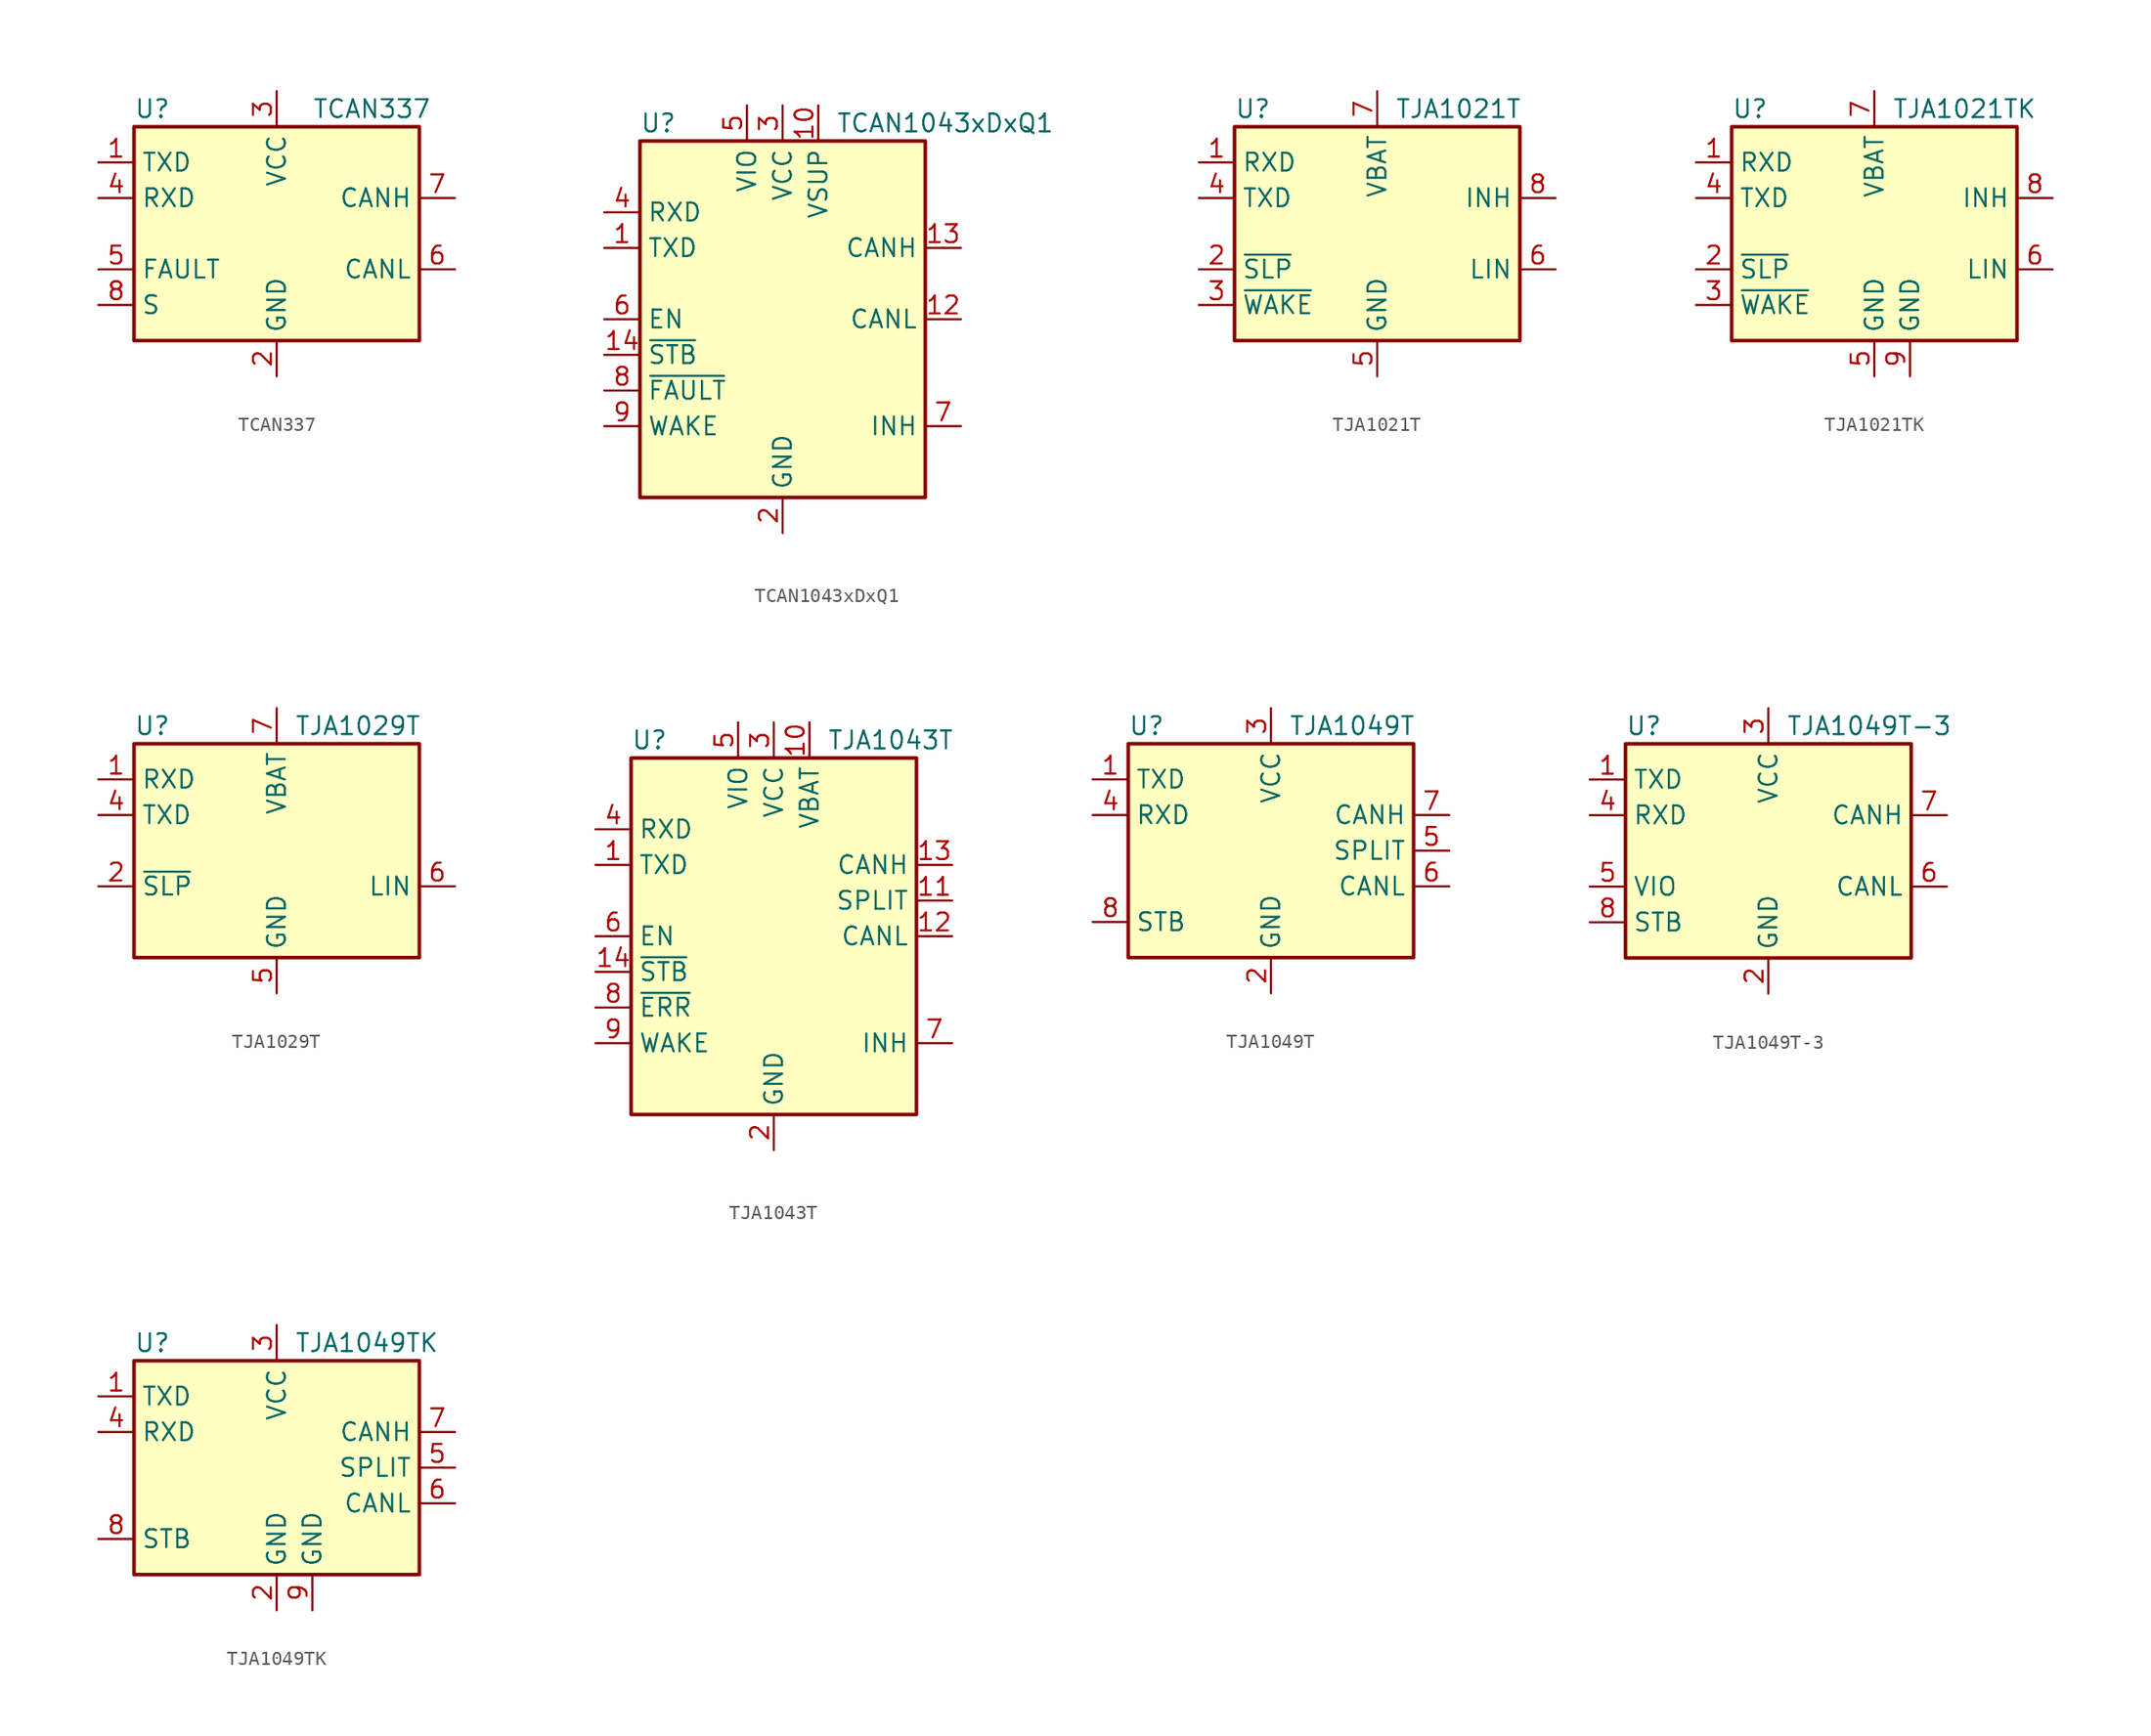
<source format=kicad_sym>
(kicad_symbol_lib
  (version 20211014)
  (generator kicad_symbol_editor)
  (symbol "TCAN337"
    (property "Reference" "U"
      (at -10.16 8.89 0)
      (effects (font (size 1.27 1.27)) (justify left)))
    (property "Value" "TCAN337"
      (at 2.54 8.89 0)
      (effects (font (size 1.27 1.27)) (justify left)))
    (symbol "TCAN337_0_1"
      (rectangle (start -10.16 7.62) (end 10.16 -7.62) (stroke (width 0.254) (type default) (color 0 0 0 0)) (fill (type background))))
    (symbol "TCAN337_1_1"
      (pin input line (at -12.7 5.08 0) (length 2.54) (name "TXD" (effects (font (size 1.27 1.27)))) (number "1" (effects (font (size 1.27 1.27)))))
      (pin power_in line (at 0 -10.16 90) (length 2.54) (name "GND" (effects (font (size 1.27 1.27)))) (number "2" (effects (font (size 1.27 1.27)))))
      (pin power_in line (at 0 10.16 270) (length 2.54) (name "VCC" (effects (font (size 1.27 1.27)))) (number "3" (effects (font (size 1.27 1.27)))))
      (pin tri_state line (at -12.7 2.54 0) (length 2.54) (name "RXD" (effects (font (size 1.27 1.27)))) (number "4" (effects (font (size 1.27 1.27)))))
      (pin open_collector line (at -12.7 -2.54 0) (length 2.54) (name "FAULT" (effects (font (size 1.27 1.27)))) (number "5" (effects (font (size 1.27 1.27)))))
      (pin bidirectional line (at 12.7 -2.54 180) (length 2.54) (name "CANL" (effects (font (size 1.27 1.27)))) (number "6" (effects (font (size 1.27 1.27)))))
      (pin bidirectional line (at 12.7 2.54 180) (length 2.54) (name "CANH" (effects (font (size 1.27 1.27)))) (number "7" (effects (font (size 1.27 1.27)))))
      (pin input line (at -12.7 -5.08 0) (length 2.54) (name "S" (effects (font (size 1.27 1.27)))) (number "8" (effects (font (size 1.27 1.27)))))))
  (symbol "TCAN1043xDxQ1"
    (property "Reference" "U"
      (at -10.16 13.97 0)
      (effects (font (size 1.27 1.27)) (justify left)))
    (property "Value" "TCAN1043xDxQ1"
      (at 3.81 13.97 0)
      (effects (font (size 1.27 1.27)) (justify left)))
    (symbol "TCAN1043xDxQ1_0_1"
      (rectangle (start -10.16 12.7) (end 10.16 -12.7) (stroke (width 0.254) (type default) (color 0 0 0 0)) (fill (type background))))
    (symbol "TCAN1043xDxQ1_1_1"
      (pin input line (at -12.7 5.08 0) (length 2.54) (name "TXD" (effects (font (size 1.27 1.27)))) (number "1" (effects (font (size 1.27 1.27)))))
      (pin power_in line (at 2.54 15.24 270) (length 2.54) (name "VSUP" (effects (font (size 1.27 1.27)))) (number "10" (effects (font (size 1.27 1.27)))))
      (pin no_connect line (at 10.16 -10.16 180) (length 2.54) hide (name "NC" (effects (font (size 1.27 1.27)))) (number "11" (effects (font (size 1.27 1.27)))))
      (pin bidirectional line (at 12.7 0 180) (length 2.54) (name "CANL" (effects (font (size 1.27 1.27)))) (number "12" (effects (font (size 1.27 1.27)))))
      (pin bidirectional line (at 12.7 5.08 180) (length 2.54) (name "CANH" (effects (font (size 1.27 1.27)))) (number "13" (effects (font (size 1.27 1.27)))))
      (pin input line (at -12.7 -2.54 0) (length 2.54) (name "~{STB}" (effects (font (size 1.27 1.27)))) (number "14" (effects (font (size 1.27 1.27)))))
      (pin power_in line (at 0 -15.24 90) (length 2.54) (name "GND" (effects (font (size 1.27 1.27)))) (number "2" (effects (font (size 1.27 1.27)))))
      (pin power_in line (at 0 15.24 270) (length 2.54) (name "VCC" (effects (font (size 1.27 1.27)))) (number "3" (effects (font (size 1.27 1.27)))))
      (pin output line (at -12.7 7.62 0) (length 2.54) (name "RXD" (effects (font (size 1.27 1.27)))) (number "4" (effects (font (size 1.27 1.27)))))
      (pin power_in line (at -2.54 15.24 270) (length 2.54) (name "VIO" (effects (font (size 1.27 1.27)))) (number "5" (effects (font (size 1.27 1.27)))))
      (pin input line (at -12.7 0 0) (length 2.54) (name "EN" (effects (font (size 1.27 1.27)))) (number "6" (effects (font (size 1.27 1.27)))))
      (pin open_emitter line (at 12.7 -7.62 180) (length 2.54) (name "INH" (effects (font (size 1.27 1.27)))) (number "7" (effects (font (size 1.27 1.27)))))
      (pin output line (at -12.7 -5.08 0) (length 2.54) (name "~{FAULT}" (effects (font (size 1.27 1.27)))) (number "8" (effects (font (size 1.27 1.27)))))
      (pin input line (at -12.7 -7.62 0) (length 2.54) (name "WAKE" (effects (font (size 1.27 1.27)))) (number "9" (effects (font (size 1.27 1.27)))))))
  (symbol "TJA1021T"
    (property "Reference" "U"
      (at -10.16 8.89 0)
      (effects (font (size 1.27 1.27)) (justify left)))
    (property "Value" "TJA1021T"
      (at 1.27 8.89 0)
      (effects (font (size 1.27 1.27)) (justify left)))
    (symbol "TJA1021T_0_1"
      (rectangle (start -10.16 7.62) (end 10.16 -7.62) (stroke (width 0.254) (type default) (color 0 0 0 0)) (fill (type background))))
    (symbol "TJA1021T_1_1"
      (pin open_collector line (at -12.7 5.08 0) (length 2.54) (name "RXD" (effects (font (size 1.27 1.27)))) (number "1" (effects (font (size 1.27 1.27)))))
      (pin input line (at -12.7 -2.54 0) (length 2.54) (name "~{SLP}" (effects (font (size 1.27 1.27)))) (number "2" (effects (font (size 1.27 1.27)))))
      (pin input line (at -12.7 -5.08 0) (length 2.54) (name "~{WAKE}" (effects (font (size 1.27 1.27)))) (number "3" (effects (font (size 1.27 1.27)))))
      (pin input line (at -12.7 2.54 0) (length 2.54) (name "TXD" (effects (font (size 1.27 1.27)))) (number "4" (effects (font (size 1.27 1.27)))))
      (pin power_in line (at 0 -10.16 90) (length 2.54) (name "GND" (effects (font (size 1.27 1.27)))) (number "5" (effects (font (size 1.27 1.27)))))
      (pin bidirectional line (at 12.7 -2.54 180) (length 2.54) (name "LIN" (effects (font (size 1.27 1.27)))) (number "6" (effects (font (size 1.27 1.27)))))
      (pin power_in line (at 0 10.16 270) (length 2.54) (name "VBAT" (effects (font (size 1.27 1.27)))) (number "7" (effects (font (size 1.27 1.27)))))
      (pin output line (at 12.7 2.54 180) (length 2.54) (name "INH" (effects (font (size 1.27 1.27)))) (number "8" (effects (font (size 1.27 1.27)))))))
  (symbol "TJA1021TK"
    (property "Reference" "U"
      (at -10.16 8.89 0)
      (effects (font (size 1.27 1.27)) (justify left)))
    (property "Value" "TJA1021TK"
      (at 1.27 8.89 0)
      (effects (font (size 1.27 1.27)) (justify left)))
    (symbol "TJA1021TK_0_1"
      (rectangle (start -10.16 7.62) (end 10.16 -7.62) (stroke (width 0.254) (type default) (color 0 0 0 0)) (fill (type background))))
    (symbol "TJA1021TK_1_1"
      (pin open_collector line (at -12.7 5.08 0) (length 2.54) (name "RXD" (effects (font (size 1.27 1.27)))) (number "1" (effects (font (size 1.27 1.27)))))
      (pin input line (at -12.7 -2.54 0) (length 2.54) (name "~{SLP}" (effects (font (size 1.27 1.27)))) (number "2" (effects (font (size 1.27 1.27)))))
      (pin input line (at -12.7 -5.08 0) (length 2.54) (name "~{WAKE}" (effects (font (size 1.27 1.27)))) (number "3" (effects (font (size 1.27 1.27)))))
      (pin input line (at -12.7 2.54 0) (length 2.54) (name "TXD" (effects (font (size 1.27 1.27)))) (number "4" (effects (font (size 1.27 1.27)))))
      (pin power_in line (at 0 -10.16 90) (length 2.54) (name "GND" (effects (font (size 1.27 1.27)))) (number "5" (effects (font (size 1.27 1.27)))))
      (pin bidirectional line (at 12.7 -2.54 180) (length 2.54) (name "LIN" (effects (font (size 1.27 1.27)))) (number "6" (effects (font (size 1.27 1.27)))))
      (pin power_in line (at 0 10.16 270) (length 2.54) (name "VBAT" (effects (font (size 1.27 1.27)))) (number "7" (effects (font (size 1.27 1.27)))))
      (pin output line (at 12.7 2.54 180) (length 2.54) (name "INH" (effects (font (size 1.27 1.27)))) (number "8" (effects (font (size 1.27 1.27)))))
      (pin power_in line (at 2.54 -10.16 90) (length 2.54) (name "GND" (effects (font (size 1.27 1.27)))) (number "9" (effects (font (size 1.27 1.27)))))))
  (symbol "TJA1029T"
    (property "Reference" "U"
      (at -10.16 8.89 0)
      (effects (font (size 1.27 1.27)) (justify left)))
    (property "Value" "TJA1029T"
      (at 1.27 8.89 0)
      (effects (font (size 1.27 1.27)) (justify left)))
    (symbol "TJA1029T_0_1"
      (rectangle (start -10.16 7.62) (end 10.16 -7.62) (stroke (width 0.254) (type default) (color 0 0 0 0)) (fill (type background))))
    (symbol "TJA1029T_1_1"
      (pin open_collector line (at -12.7 5.08 0) (length 2.54) (name "RXD" (effects (font (size 1.27 1.27)))) (number "1" (effects (font (size 1.27 1.27)))))
      (pin input line (at -12.7 -2.54 0) (length 2.54) (name "~{SLP}" (effects (font (size 1.27 1.27)))) (number "2" (effects (font (size 1.27 1.27)))))
      (pin no_connect line (at -10.16 -5.08 0) (length 2.54) hide (name "NC" (effects (font (size 1.27 1.27)))) (number "3" (effects (font (size 1.27 1.27)))))
      (pin input line (at -12.7 2.54 0) (length 2.54) (name "TXD" (effects (font (size 1.27 1.27)))) (number "4" (effects (font (size 1.27 1.27)))))
      (pin power_in line (at 0 -10.16 90) (length 2.54) (name "GND" (effects (font (size 1.27 1.27)))) (number "5" (effects (font (size 1.27 1.27)))))
      (pin bidirectional line (at 12.7 -2.54 180) (length 2.54) (name "LIN" (effects (font (size 1.27 1.27)))) (number "6" (effects (font (size 1.27 1.27)))))
      (pin power_in line (at 0 10.16 270) (length 2.54) (name "VBAT" (effects (font (size 1.27 1.27)))) (number "7" (effects (font (size 1.27 1.27)))))
      (pin no_connect line (at 10.16 2.54 180) (length 2.54) hide (name "NC" (effects (font (size 1.27 1.27)))) (number "8" (effects (font (size 1.27 1.27)))))))
  (symbol "TJA1043T"
    (property "Reference" "U"
      (at -10.16 13.97 0)
      (effects (font (size 1.27 1.27)) (justify left)))
    (property "Value" "TJA1043T"
      (at 3.81 13.97 0)
      (effects (font (size 1.27 1.27)) (justify left)))
    (symbol "TJA1043T_0_1"
      (rectangle (start -10.16 12.7) (end 10.16 -12.7) (stroke (width 0.254) (type default) (color 0 0 0 0)) (fill (type background))))
    (symbol "TJA1043T_1_1"
      (pin input line (at -12.7 5.08 0) (length 2.54) (name "TXD" (effects (font (size 1.27 1.27)))) (number "1" (effects (font (size 1.27 1.27)))))
      (pin power_in line (at 2.54 15.24 270) (length 2.54) (name "VBAT" (effects (font (size 1.27 1.27)))) (number "10" (effects (font (size 1.27 1.27)))))
      (pin output line (at 12.7 2.54 180) (length 2.54) (name "SPLIT" (effects (font (size 1.27 1.27)))) (number "11" (effects (font (size 1.27 1.27)))))
      (pin bidirectional line (at 12.7 0 180) (length 2.54) (name "CANL" (effects (font (size 1.27 1.27)))) (number "12" (effects (font (size 1.27 1.27)))))
      (pin bidirectional line (at 12.7 5.08 180) (length 2.54) (name "CANH" (effects (font (size 1.27 1.27)))) (number "13" (effects (font (size 1.27 1.27)))))
      (pin input line (at -12.7 -2.54 0) (length 2.54) (name "~{STB}" (effects (font (size 1.27 1.27)))) (number "14" (effects (font (size 1.27 1.27)))))
      (pin power_in line (at 0 -15.24 90) (length 2.54) (name "GND" (effects (font (size 1.27 1.27)))) (number "2" (effects (font (size 1.27 1.27)))))
      (pin power_in line (at 0 15.24 270) (length 2.54) (name "VCC" (effects (font (size 1.27 1.27)))) (number "3" (effects (font (size 1.27 1.27)))))
      (pin output line (at -12.7 7.62 0) (length 2.54) (name "RXD" (effects (font (size 1.27 1.27)))) (number "4" (effects (font (size 1.27 1.27)))))
      (pin power_in line (at -2.54 15.24 270) (length 2.54) (name "VIO" (effects (font (size 1.27 1.27)))) (number "5" (effects (font (size 1.27 1.27)))))
      (pin input line (at -12.7 0 0) (length 2.54) (name "EN" (effects (font (size 1.27 1.27)))) (number "6" (effects (font (size 1.27 1.27)))))
      (pin open_emitter line (at 12.7 -7.62 180) (length 2.54) (name "INH" (effects (font (size 1.27 1.27)))) (number "7" (effects (font (size 1.27 1.27)))))
      (pin output line (at -12.7 -5.08 0) (length 2.54) (name "~{ERR}" (effects (font (size 1.27 1.27)))) (number "8" (effects (font (size 1.27 1.27)))))
      (pin input line (at -12.7 -7.62 0) (length 2.54) (name "WAKE" (effects (font (size 1.27 1.27)))) (number "9" (effects (font (size 1.27 1.27)))))))
  (symbol "TJA1049T"
    (property "Reference" "U"
      (at -10.16 8.89 0)
      (effects (font (size 1.27 1.27)) (justify left)))
    (property "Value" "TJA1049T"
      (at 1.27 8.89 0)
      (effects (font (size 1.27 1.27)) (justify left)))
    (symbol "TJA1049T_0_1"
      (rectangle (start -10.16 7.62) (end 10.16 -7.62) (stroke (width 0.254) (type default) (color 0 0 0 0)) (fill (type background))))
    (symbol "TJA1049T_1_1"
      (pin input line (at -12.7 5.08 0) (length 2.54) (name "TXD" (effects (font (size 1.27 1.27)))) (number "1" (effects (font (size 1.27 1.27)))))
      (pin power_in line (at 0 -10.16 90) (length 2.54) (name "GND" (effects (font (size 1.27 1.27)))) (number "2" (effects (font (size 1.27 1.27)))))
      (pin power_in line (at 0 10.16 270) (length 2.54) (name "VCC" (effects (font (size 1.27 1.27)))) (number "3" (effects (font (size 1.27 1.27)))))
      (pin output line (at -12.7 2.54 0) (length 2.54) (name "RXD" (effects (font (size 1.27 1.27)))) (number "4" (effects (font (size 1.27 1.27)))))
      (pin power_out line (at 12.7 0 180) (length 2.54) (name "SPLIT" (effects (font (size 1.27 1.27)))) (number "5" (effects (font (size 1.27 1.27)))))
      (pin bidirectional line (at 12.7 -2.54 180) (length 2.54) (name "CANL" (effects (font (size 1.27 1.27)))) (number "6" (effects (font (size 1.27 1.27)))))
      (pin bidirectional line (at 12.7 2.54 180) (length 2.54) (name "CANH" (effects (font (size 1.27 1.27)))) (number "7" (effects (font (size 1.27 1.27)))))
      (pin input line (at -12.7 -5.08 0) (length 2.54) (name "STB" (effects (font (size 1.27 1.27)))) (number "8" (effects (font (size 1.27 1.27)))))))
  (symbol "TJA1049T-3"
    (property "Reference" "U"
      (at -10.16 8.89 0)
      (effects (font (size 1.27 1.27)) (justify left)))
    (property "Value" "TJA1049T-3"
      (at 1.27 8.89 0)
      (effects (font (size 1.27 1.27)) (justify left)))
    (symbol "TJA1049T-3_0_1"
      (rectangle (start -10.16 7.62) (end 10.16 -7.62) (stroke (width 0.254) (type default) (color 0 0 0 0)) (fill (type background))))
    (symbol "TJA1049T-3_1_1"
      (pin input line (at -12.7 5.08 0) (length 2.54) (name "TXD" (effects (font (size 1.27 1.27)))) (number "1" (effects (font (size 1.27 1.27)))))
      (pin power_in line (at 0 -10.16 90) (length 2.54) (name "GND" (effects (font (size 1.27 1.27)))) (number "2" (effects (font (size 1.27 1.27)))))
      (pin power_in line (at 0 10.16 270) (length 2.54) (name "VCC" (effects (font (size 1.27 1.27)))) (number "3" (effects (font (size 1.27 1.27)))))
      (pin output line (at -12.7 2.54 0) (length 2.54) (name "RXD" (effects (font (size 1.27 1.27)))) (number "4" (effects (font (size 1.27 1.27)))))
      (pin power_in line (at -12.7 -2.54 0) (length 2.54) (name "VIO" (effects (font (size 1.27 1.27)))) (number "5" (effects (font (size 1.27 1.27)))))
      (pin bidirectional line (at 12.7 -2.54 180) (length 2.54) (name "CANL" (effects (font (size 1.27 1.27)))) (number "6" (effects (font (size 1.27 1.27)))))
      (pin bidirectional line (at 12.7 2.54 180) (length 2.54) (name "CANH" (effects (font (size 1.27 1.27)))) (number "7" (effects (font (size 1.27 1.27)))))
      (pin input line (at -12.7 -5.08 0) (length 2.54) (name "STB" (effects (font (size 1.27 1.27)))) (number "8" (effects (font (size 1.27 1.27)))))))
  (symbol "TJA1049TK"
    (property "Reference" "U"
      (at -10.16 8.89 0)
      (effects (font (size 1.27 1.27)) (justify left)))
    (property "Value" "TJA1049TK"
      (at 1.27 8.89 0)
      (effects (font (size 1.27 1.27)) (justify left)))
    (symbol "TJA1049TK_0_1"
      (rectangle (start -10.16 7.62) (end 10.16 -7.62) (stroke (width 0.254) (type default) (color 0 0 0 0)) (fill (type background))))
    (symbol "TJA1049TK_1_1"
      (pin input line (at -12.7 5.08 0) (length 2.54) (name "TXD" (effects (font (size 1.27 1.27)))) (number "1" (effects (font (size 1.27 1.27)))))
      (pin power_in line (at 0 -10.16 90) (length 2.54) (name "GND" (effects (font (size 1.27 1.27)))) (number "2" (effects (font (size 1.27 1.27)))))
      (pin power_in line (at 0 10.16 270) (length 2.54) (name "VCC" (effects (font (size 1.27 1.27)))) (number "3" (effects (font (size 1.27 1.27)))))
      (pin output line (at -12.7 2.54 0) (length 2.54) (name "RXD" (effects (font (size 1.27 1.27)))) (number "4" (effects (font (size 1.27 1.27)))))
      (pin power_out line (at 12.7 0 180) (length 2.54) (name "SPLIT" (effects (font (size 1.27 1.27)))) (number "5" (effects (font (size 1.27 1.27)))))
      (pin bidirectional line (at 12.7 -2.54 180) (length 2.54) (name "CANL" (effects (font (size 1.27 1.27)))) (number "6" (effects (font (size 1.27 1.27)))))
      (pin bidirectional line (at 12.7 2.54 180) (length 2.54) (name "CANH" (effects (font (size 1.27 1.27)))) (number "7" (effects (font (size 1.27 1.27)))))
      (pin input line (at -12.7 -5.08 0) (length 2.54) (name "STB" (effects (font (size 1.27 1.27)))) (number "8" (effects (font (size 1.27 1.27)))))
      (pin power_in line (at 2.54 -10.16 90) (length 2.54) (name "GND" (effects (font (size 1.27 1.27)))) (number "9" (effects (font (size 1.27 1.27))))))))
</source>
